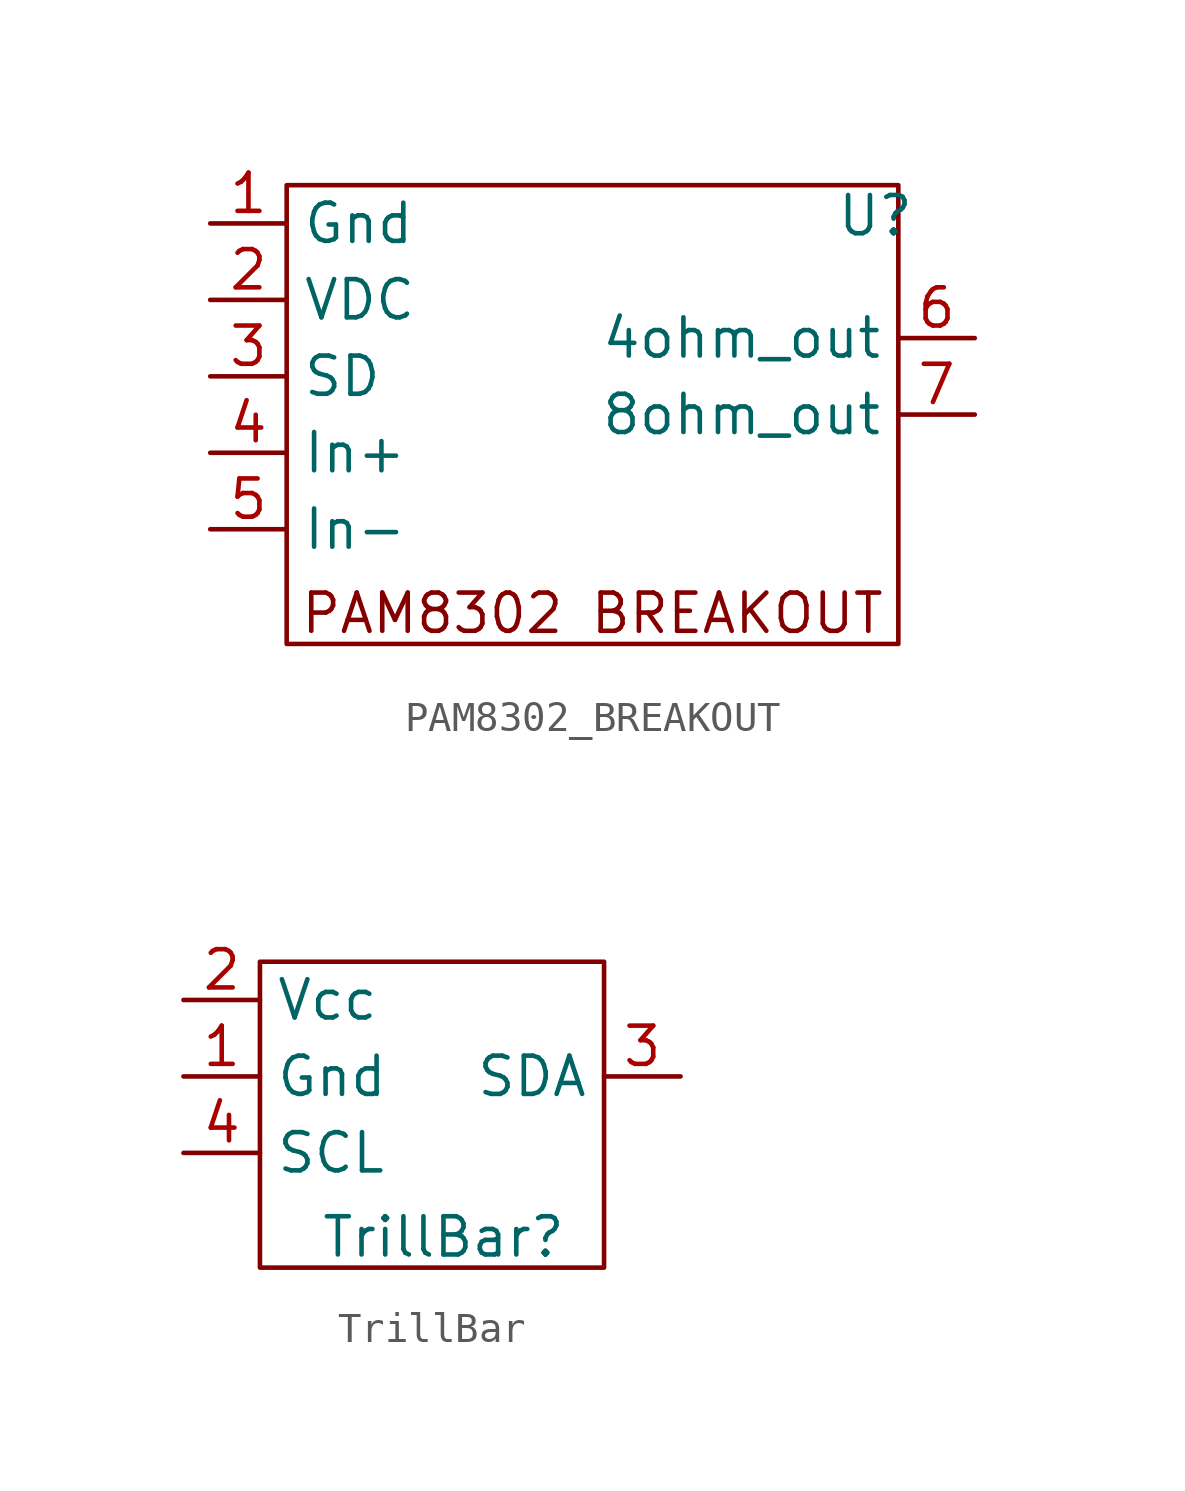
<source format=kicad_sym>
(kicad_symbol_lib
  (version 20241209)
  (generator "kicad_symbol_editor")
  (generator_version "9.0")
  (symbol "PAM8302_BREAKOUT"
    (property "Reference" "U"
      (at 19.558 0.254 0)
      (effects (font (size 1.27 1.27))))
    (property "Value" ""
      (at 0 0 0)
      (effects (font (size 1.27 1.27))))
    (symbol "PAM8302_BREAKOUT_0_1"
      (rectangle (start 0 1.27) (end 20.32 -13.97) (stroke (width 0) (type default)) (fill (type none))))
    (symbol "PAM8302_BREAKOUT_1_1"
      (text "PAM8302 BREAKOUT" (at 10.16 -12.954 0) (effects (font (size 1.27 1.27))))
      (pin input line (at -2.54 0 0) (length 2.54) (name "Gnd" (effects (font (size 1.27 1.27)))) (number "1" (effects (font (size 1.27 1.27)))))
      (pin input line (at -2.54 -2.54 0) (length 2.54) (name "VDC" (effects (font (size 1.27 1.27)))) (number "2" (effects (font (size 1.27 1.27)))))
      (pin input line (at -2.54 -5.08 0) (length 2.54) (name "SD" (effects (font (size 1.27 1.27)))) (number "3" (effects (font (size 1.27 1.27)))))
      (pin input line (at -2.54 -7.62 0) (length 2.54) (name "In+" (effects (font (size 1.27 1.27)))) (number "4" (effects (font (size 1.27 1.27)))))
      (pin input line (at -2.54 -10.16 0) (length 2.54) (name "In-" (effects (font (size 1.27 1.27)))) (number "5" (effects (font (size 1.27 1.27)))))
      (pin output line (at 22.86 -3.81 180) (length 2.54) (name "4ohm_out" (effects (font (size 1.27 1.27)))) (number "6" (effects (font (size 1.27 1.27)))))
      (pin output line (at 22.86 -6.35 180) (length 2.54) (name "8ohm_out" (effects (font (size 1.27 1.27)))) (number "7" (effects (font (size 1.27 1.27)))))))
  (symbol "TrillBar"
    (property "Reference" "TrillBar"
      (at 6.096 -10.414 0)
      (effects (font (size 1.27 1.27))))
    (property "Value" ""
      (at 0 0 0)
      (effects (font (size 1.27 1.27))))
    (symbol "TrillBar_0_1"
      (rectangle (start 0 -1.27) (end 11.43 -11.43) (stroke (width 0) (type default)) (fill (type none))))
    (symbol "TrillBar_1_1"
      (pin input line (at -2.54 -2.54 0) (length 2.54) (name "Vcc" (effects (font (size 1.27 1.27)))) (number "2" (effects (font (size 1.27 1.27)))))
      (pin input line (at -2.54 -5.08 0) (length 2.54) (name "Gnd" (effects (font (size 1.27 1.27)))) (number "1" (effects (font (size 1.27 1.27)))))
      (pin input line (at -2.54 -7.62 0) (length 2.54) (name "SCL" (effects (font (size 1.27 1.27)))) (number "4" (effects (font (size 1.27 1.27)))))
      (pin bidirectional line (at 13.97 -5.08 180) (length 2.54) (name "SDA" (effects (font (size 1.27 1.27)))) (number "3" (effects (font (size 1.27 1.27))))))))
</source>
